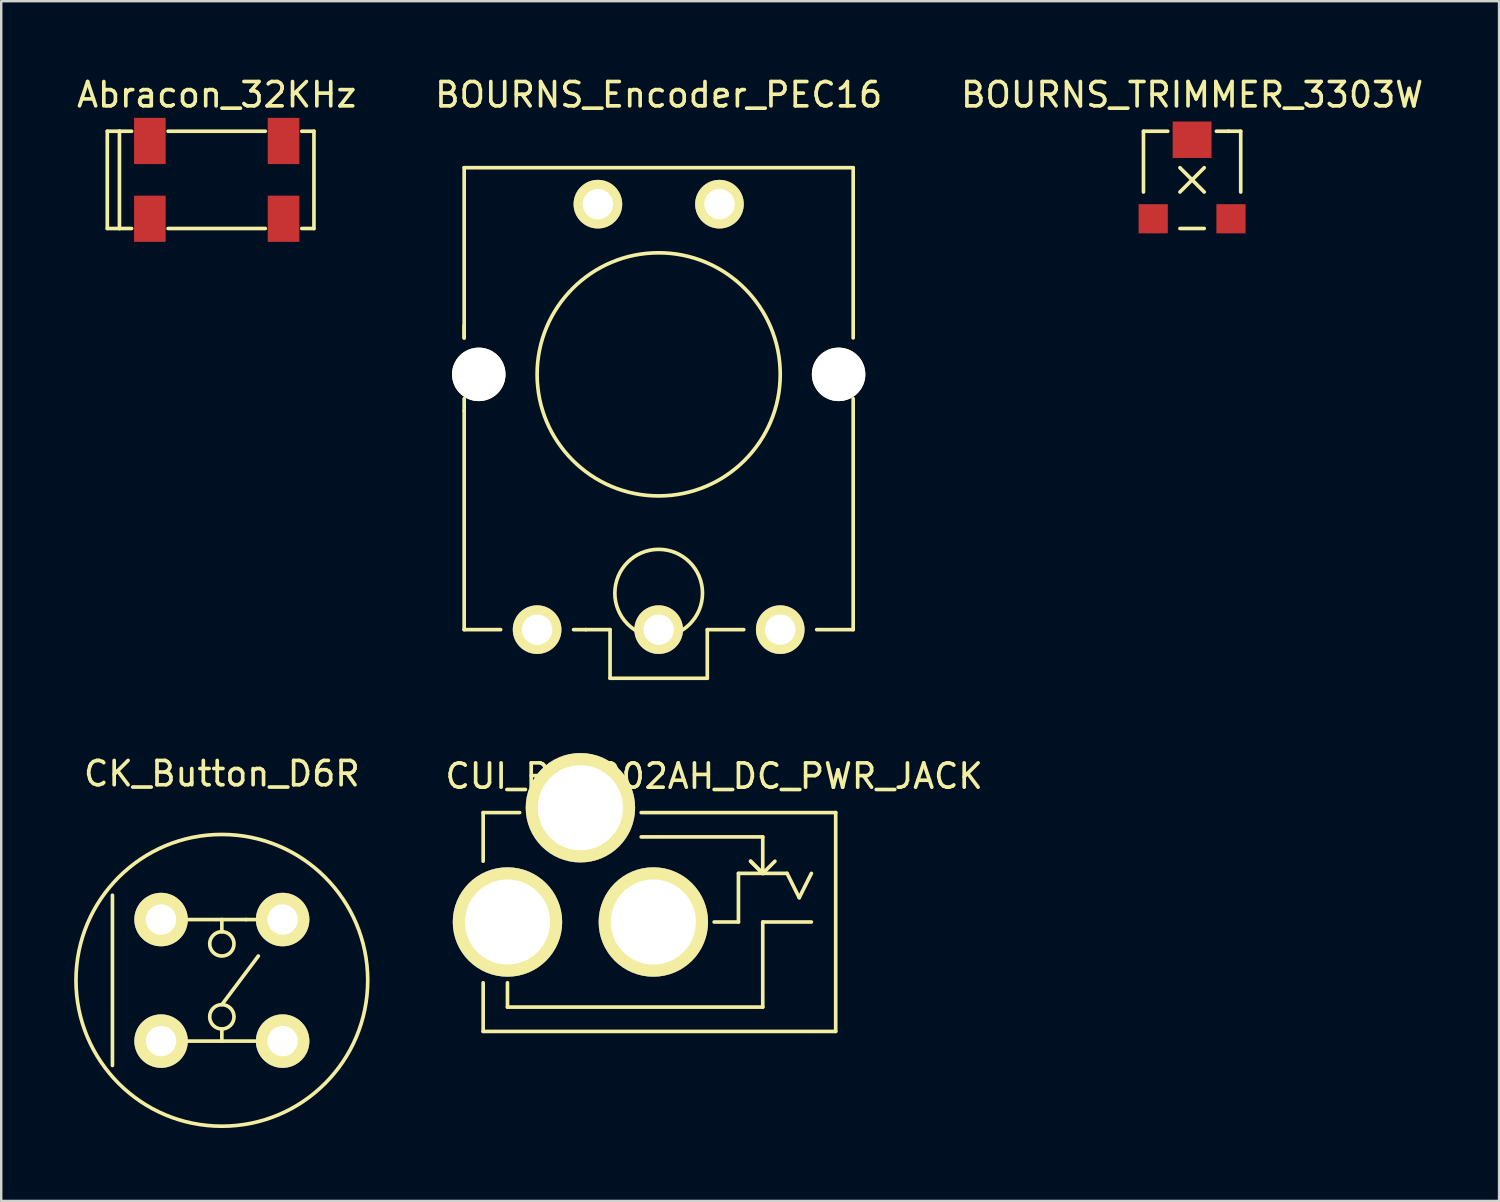
<source format=kicad_pcb>
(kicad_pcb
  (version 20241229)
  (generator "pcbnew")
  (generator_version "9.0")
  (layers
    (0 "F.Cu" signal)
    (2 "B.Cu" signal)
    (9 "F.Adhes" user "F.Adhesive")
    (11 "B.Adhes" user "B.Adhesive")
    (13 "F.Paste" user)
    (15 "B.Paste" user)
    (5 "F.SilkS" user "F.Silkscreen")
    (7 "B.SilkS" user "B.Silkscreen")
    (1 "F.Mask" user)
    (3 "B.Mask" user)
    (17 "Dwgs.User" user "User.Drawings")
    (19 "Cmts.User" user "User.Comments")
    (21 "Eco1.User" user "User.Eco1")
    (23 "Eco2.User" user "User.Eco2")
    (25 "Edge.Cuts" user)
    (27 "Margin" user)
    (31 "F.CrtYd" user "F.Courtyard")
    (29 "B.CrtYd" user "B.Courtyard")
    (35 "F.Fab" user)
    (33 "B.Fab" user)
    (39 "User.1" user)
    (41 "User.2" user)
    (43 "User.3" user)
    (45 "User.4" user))
  (footprint "BOURNS_TRIMMER_3303W"
    (layer "F.Cu")
    (at 45.982 4.348)
    (property "Reference" "BOURNS_TRIMMER_3303W" (at 0 -3.5 0) (layer "F.SilkS") (effects (font (size 1 1) (thickness 0.15))))
    (attr through_hole)
    (fp_line (start -2 -2) (end -1 -2) (stroke (width 0.15) (type solid)) (layer "F.SilkS"))
    (fp_line (start -2 0.5) (end -2 -2) (stroke (width 0.15) (type solid)) (layer "F.SilkS"))
    (fp_line (start -0.5 -0.5) (end 0.5 0.5) (stroke (width 0.15) (type solid)) (layer "F.SilkS"))
    (fp_line (start -0.5 0.5) (end 0.5 -0.5) (stroke (width 0.15) (type solid)) (layer "F.SilkS"))
    (fp_line (start 0.5 2) (end -0.5 2) (stroke (width 0.15) (type solid)) (layer "F.SilkS"))
    (fp_line (start 1 -2) (end 1.5 -2) (stroke (width 0.15) (type solid)) (layer "F.SilkS"))
    (fp_line (start 1.5 -2) (end 2 -2) (stroke (width 0.15) (type solid)) (layer "F.SilkS"))
    (fp_line (start 2 -2) (end 2 0.5) (stroke (width 0.15) (type solid)) (layer "F.SilkS"))
    (pad "1" smd rect (at -1.6 1.6) (size 1.2 1.2) (layers "F.Cu" "F.Mask" "F.Paste"))
    (pad "2" smd rect (at 0 -1.65) (size 1.6 1.5) (layers "F.Cu" "F.Mask" "F.Paste"))
    (pad "3" smd rect (at 1.6 1.6) (size 1.2 1.2) (layers "F.Cu" "F.Mask" "F.Paste")))
  (footprint "Abracon_32KHz"
    (layer "F.Cu")
    (at 5.863 4.348)
    (property "Reference" "Abracon_32KHz" (at 0 -3.5 0) (layer "F.SilkS") (effects (font (size 1 1) (thickness 0.15))))
    (attr through_hole)
    (fp_line (start -4.5 -2) (end -4.5 2) (stroke (width 0.15) (type solid)) (layer "F.SilkS"))
    (fp_line (start -4.5 2) (end -4 2) (stroke (width 0.15) (type solid)) (layer "F.SilkS"))
    (fp_line (start -4 -2) (end -4.5 -2) (stroke (width 0.15) (type solid)) (layer "F.SilkS"))
    (fp_line (start -4 -2) (end -3.5 -2) (stroke (width 0.15) (type solid)) (layer "F.SilkS"))
    (fp_line (start -4 2) (end -4 -2) (stroke (width 0.15) (type solid)) (layer "F.SilkS"))
    (fp_line (start -3.5 2) (end -4 2) (stroke (width 0.15) (type solid)) (layer "F.SilkS"))
    (fp_line (start -2 -2) (end 2 -2) (stroke (width 0.15) (type solid)) (layer "F.SilkS"))
    (fp_line (start -2 2) (end 2 2) (stroke (width 0.15) (type solid)) (layer "F.SilkS"))
    (fp_line (start 3.5 -2) (end 4 -2) (stroke (width 0.15) (type solid)) (layer "F.SilkS"))
    (fp_line (start 4 -2) (end 4 2) (stroke (width 0.15) (type solid)) (layer "F.SilkS"))
    (fp_line (start 4 2) (end 3.5 2) (stroke (width 0.15) (type solid)) (layer "F.SilkS"))
    (pad "1" smd rect (at -2.75 1.6) (size 1.3 1.9) (layers "F.Cu" "F.Mask" "F.Paste"))
    (pad "2" smd rect (at -2.75 -1.6) (size 1.3 1.9) (layers "F.Cu" "F.Mask" "F.Paste"))
    (pad "3" smd rect (at 2.75 -1.6) (size 1.3 1.9) (layers "F.Cu" "F.Mask" "F.Paste"))
    (pad "4" smd rect (at 2.75 1.6) (size 1.3 1.9) (layers "F.Cu" "F.Mask" "F.Paste")))
  (footprint "CK_Button_D6R"
    (layer "F.Cu")
    (at 6.075 37.272)
    (property "Reference" "CK_Button_D6R" (at 0 -8.5 0) (layer "F.SilkS") (effects (font (size 1 1) (thickness 0.15))))
    (attr through_hole)
    (fp_line (start -4.5 -3.5) (end -4.5 3.5) (stroke (width 0.15) (type solid)) (layer "F.SilkS"))
    (fp_line (start -1.5 -2.5) (end 1 -2.5) (stroke (width 0.15) (type solid)) (layer "F.SilkS"))
    (fp_line (start -1.5 2.5) (end 1.5 2.5) (stroke (width 0.15) (type solid)) (layer "F.SilkS"))
    (fp_line (start 0 -2) (end 0 -2.5) (stroke (width 0.15) (type solid)) (layer "F.SilkS"))
    (fp_line (start 0 1) (end 1.5 -1) (stroke (width 0.15) (type solid)) (layer "F.SilkS"))
    (fp_line (start 0 2.5) (end 0 2) (stroke (width 0.15) (type solid)) (layer "F.SilkS"))
    (fp_line (start 1.5 -2.5) (end 1 -2.5) (stroke (width 0.15) (type solid)) (layer "F.SilkS"))
    (fp_circle (center 0 -1.5) (end 0 -2) (stroke (width 0.15) (type solid)) (fill no) (layer "F.SilkS"))
    (fp_circle (center 0 0) (end 0 -6) (stroke (width 0.15) (type solid)) (fill no) (layer "F.SilkS"))
    (fp_circle (center 0 1.5) (end 0 1) (stroke (width 0.15) (type solid)) (fill no) (layer "F.SilkS"))
    (pad "1" thru_hole circle (at -2.5 -2.5) (size 2.2 2.2) (drill 1.25) (layers "*.Cu" "*.Mask" "F.SilkS"))
    (pad "1" thru_hole circle (at 2.5 -2.5) (size 2.2 2.2) (drill 1.25) (layers "*.Cu" "*.Mask" "F.SilkS"))
    (pad "2" thru_hole circle (at -2.5 2.5) (size 2.2 2.2) (drill 1.25) (layers "*.Cu" "*.Mask" "F.SilkS"))
    (pad "2" thru_hole circle (at 2.5 2.5) (size 2.2 2.2) (drill 1.25) (layers "*.Cu" "*.Mask" "F.SilkS")))
  (footprint "BOURNS_Encoder_PEC16"
    (layer "F.Cu")
    (at 24.042 12.348)
    (property "Reference" "BOURNS_Encoder_PEC16" (at 0 -11.5 0) (layer "F.SilkS") (effects (font (size 1 1) (thickness 0.15))))
    (attr through_hole)
    (fp_line (start -8 -8.5) (end -8 -1.5) (stroke (width 0.15) (type solid)) (layer "F.SilkS"))
    (fp_line (start -8 -1.5) (end -8 -2) (stroke (width 0.15) (type solid)) (layer "F.SilkS"))
    (fp_line (start -8 1.5) (end -8 1) (stroke (width 0.15) (type solid)) (layer "F.SilkS"))
    (fp_line (start -8 1.5) (end -8 10.5) (stroke (width 0.15) (type solid)) (layer "F.SilkS"))
    (fp_line (start -8 10.5) (end -6.5 10.5) (stroke (width 0.15) (type solid)) (layer "F.SilkS"))
    (fp_line (start -3.5 10.5) (end -3 10.5) (stroke (width 0.15) (type solid)) (layer "F.SilkS"))
    (fp_line (start -2 10.5) (end -3 10.5) (stroke (width 0.15) (type solid)) (layer "F.SilkS"))
    (fp_line (start -2 12.5) (end -2 10.5) (stroke (width 0.15) (type solid)) (layer "F.SilkS"))
    (fp_line (start -2 12.5) (end 2 12.5) (stroke (width 0.15) (type solid)) (layer "F.SilkS"))
    (fp_line (start 2 10.5) (end 3.5 10.5) (stroke (width 0.15) (type solid)) (layer "F.SilkS"))
    (fp_line (start 2 12.5) (end 2 10.5) (stroke (width 0.15) (type solid)) (layer "F.SilkS"))
    (fp_line (start 6.5 10.5) (end 8 10.5) (stroke (width 0.15) (type solid)) (layer "F.SilkS"))
    (fp_line (start 8 -8.5) (end -8 -8.5) (stroke (width 0.15) (type solid)) (layer "F.SilkS"))
    (fp_line (start 8 -1.5) (end 8 -8.5) (stroke (width 0.15) (type solid)) (layer "F.SilkS"))
    (fp_line (start 8 10.5) (end 8 1) (stroke (width 0.15) (type solid)) (layer "F.SilkS"))
    (fp_circle (center 0 0) (end 0 -5) (stroke (width 0.15) (type solid)) (fill no) (layer "F.SilkS"))
    (fp_circle (center 0 9) (end -1.5 8) (stroke (width 0.15) (type solid)) (fill no) (layer "F.SilkS"))
    (pad "" np_thru_hole circle (at -7.4 0) (size 2.2 2.2) (drill 2.2) (layers "*.Cu" "*.Mask" "F.SilkS"))
    (pad "" np_thru_hole circle (at 7.4 0) (size 2.2 2.2) (drill 2.2) (layers "*.Cu" "*.Mask" "F.SilkS"))
    (pad "1" thru_hole circle (at 2.5 -7) (size 2 2) (drill 1.25) (layers "*.Cu" "*.Mask" "F.SilkS"))
    (pad "2" thru_hole circle (at -2.5 -7) (size 2 2) (drill 1.25) (layers "*.Cu" "*.Mask" "F.SilkS"))
    (pad "3" thru_hole circle (at -5 10.5) (size 2 2) (drill 1.25) (layers "*.Cu" "*.Mask" "F.SilkS"))
    (pad "4" thru_hole circle (at 0 10.5) (size 2 2) (drill 1.25) (layers "*.Cu" "*.Mask" "F.SilkS"))
    (pad "5" thru_hole circle (at 5 10.5) (size 2 2) (drill 1.25) (layers "*.Cu" "*.Mask" "F.SilkS")))
  (footprint "CUI_PJ-002AH_DC_PWR_JACK"
    (layer "F.Cu")
    (at 20.823 34.873)
    (property "Reference" "CUI_PJ-002AH_DC_PWR_JACK" (at 5.5 -6 0) (layer "F.SilkS") (effects (font (size 1 1) (thickness 0.15))))
    (attr through_hole)
    (fp_line (start -4 -4.5) (end -2.5 -4.5) (stroke (width 0.15) (type solid)) (layer "F.SilkS"))
    (fp_line (start -4 -2.5) (end -4 -4.5) (stroke (width 0.15) (type solid)) (layer "F.SilkS"))
    (fp_line (start -4 4.5) (end -4 2.5) (stroke (width 0.15) (type solid)) (layer "F.SilkS"))
    (fp_line (start -3 2.5) (end -3 3.5) (stroke (width 0.15) (type solid)) (layer "F.SilkS"))
    (fp_line (start -3 3.5) (end 7.5 3.5) (stroke (width 0.15) (type solid)) (layer "F.SilkS"))
    (fp_line (start 2.5 -3.5) (end 7.5 -3.5) (stroke (width 0.15) (type solid)) (layer "F.SilkS"))
    (fp_line (start 5.5 0) (end 6.5 0) (stroke (width 0.15) (type solid)) (layer "F.SilkS"))
    (fp_line (start 6.5 -2) (end 8.5 -2) (stroke (width 0.15) (type solid)) (layer "F.SilkS"))
    (fp_line (start 6.5 0) (end 6.5 -2) (stroke (width 0.15) (type solid)) (layer "F.SilkS"))
    (fp_line (start 7 -2.5) (end 7.5 -2) (stroke (width 0.15) (type solid)) (layer "F.SilkS"))
    (fp_line (start 7.5 -3.5) (end 7.5 -2) (stroke (width 0.15) (type solid)) (layer "F.SilkS"))
    (fp_line (start 7.5 -2) (end 7 -2.5) (stroke (width 0.15) (type solid)) (layer "F.SilkS"))
    (fp_line (start 7.5 -2) (end 8 -2.5) (stroke (width 0.15) (type solid)) (layer "F.SilkS"))
    (fp_line (start 7.5 0) (end 9.5 0) (stroke (width 0.15) (type solid)) (layer "F.SilkS"))
    (fp_line (start 7.5 3.5) (end 7.5 0) (stroke (width 0.15) (type solid)) (layer "F.SilkS"))
    (fp_line (start 8.5 -2) (end 9 -1) (stroke (width 0.15) (type solid)) (layer "F.SilkS"))
    (fp_line (start 9 -1) (end 9.5 -2) (stroke (width 0.15) (type solid)) (layer "F.SilkS"))
    (fp_line (start 10.5 -4.5) (end 2.5 -4.5) (stroke (width 0.15) (type solid)) (layer "F.SilkS"))
    (fp_line (start 10.5 -4.5) (end 10.5 4.5) (stroke (width 0.15) (type solid)) (layer "F.SilkS"))
    (fp_line (start 10.5 4.5) (end -4 4.5) (stroke (width 0.15) (type solid)) (layer "F.SilkS"))
    (pad "1" thru_hole circle (at -3 0) (size 4.5 4.5) (drill 3.5) (layers "*.Cu" "*.Mask" "F.SilkS"))
    (pad "2" thru_hole circle (at 3 0) (size 4.5 4.5) (drill 3.5) (layers "*.Cu" "*.Mask" "F.SilkS"))
    (pad "3" thru_hole circle (at 0 -4.7) (size 4.5 4.5) (drill 3.5) (layers "*.Cu" "*.Mask" "F.SilkS")))
  (gr_rect
    (start -3 -3)
    (end 58.607 46.346)
    (stroke (width 0.1) (type default))
    (fill no)
    (layer "Edge.Cuts")))
</source>
